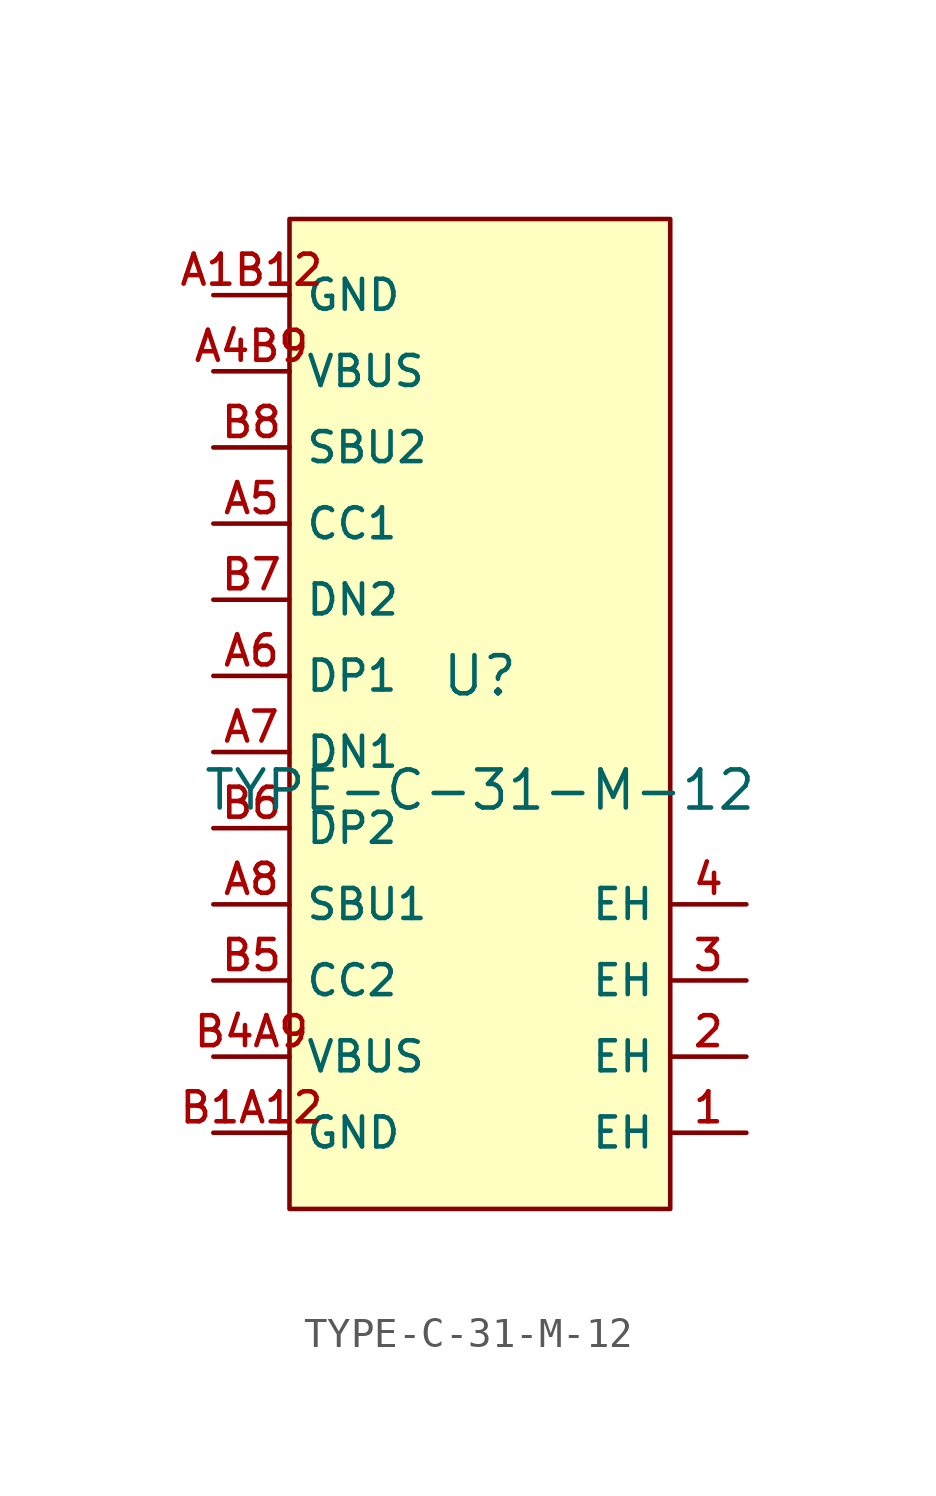
<source format=kicad_sym>
(kicad_symbol_lib
  (version 20241209)
  (generator "kicad_symbol_editor")
  (generator_version "9.0")
  (symbol "TYPE-C-31-M-12"
    (property "Reference" "U"
      (at 0 1.27 0)
      (effects (font (size 1.27 1.27))))
    (property "Value" "TYPE-C-31-M-12"
      (at 0 -2.54 0)
      (effects (font (size 1.27 1.27))))
    (symbol "TYPE-C-31-M-12_0_1"
      (rectangle (start -6.35 16.51) (end 6.35 -16.51) (stroke (width 0) (type default)) (fill (type background)))
      (pin unspecified line (at -8.89 13.97 0) (length 2.54) (name "GND" (effects (font (size 1 1)))) (number "A1B12" (effects (font (size 1 1)))))
      (pin unspecified line (at -8.89 11.43 0) (length 2.54) (name "VBUS" (effects (font (size 1 1)))) (number "A4B9" (effects (font (size 1 1)))))
      (pin unspecified line (at -8.89 8.89 0) (length 2.54) (name "SBU2" (effects (font (size 1 1)))) (number "B8" (effects (font (size 1 1)))))
      (pin unspecified line (at -8.89 6.35 0) (length 2.54) (name "CC1" (effects (font (size 1 1)))) (number "A5" (effects (font (size 1 1)))))
      (pin unspecified line (at -8.89 3.81 0) (length 2.54) (name "DN2" (effects (font (size 1 1)))) (number "B7" (effects (font (size 1 1)))))
      (pin unspecified line (at -8.89 1.27 0) (length 2.54) (name "DP1" (effects (font (size 1 1)))) (number "A6" (effects (font (size 1 1)))))
      (pin unspecified line (at -8.89 -1.27 0) (length 2.54) (name "DN1" (effects (font (size 1 1)))) (number "A7" (effects (font (size 1 1)))))
      (pin unspecified line (at -8.89 -3.81 0) (length 2.54) (name "DP2" (effects (font (size 1 1)))) (number "B6" (effects (font (size 1 1)))))
      (pin unspecified line (at -8.89 -6.35 0) (length 2.54) (name "SBU1" (effects (font (size 1 1)))) (number "A8" (effects (font (size 1 1)))))
      (pin unspecified line (at -8.89 -8.89 0) (length 2.54) (name "CC2" (effects (font (size 1 1)))) (number "B5" (effects (font (size 1 1)))))
      (pin unspecified line (at -8.89 -11.43 0) (length 2.54) (name "VBUS" (effects (font (size 1 1)))) (number "B4A9" (effects (font (size 1 1)))))
      (pin unspecified line (at -8.89 -13.97 0) (length 2.54) (name "GND" (effects (font (size 1 1)))) (number "B1A12" (effects (font (size 1 1)))))
      (pin unspecified line (at 8.89 -6.35 180) (length 2.54) (name "EH" (effects (font (size 1 1)))) (number "4" (effects (font (size 1 1)))))
      (pin unspecified line (at 8.89 -8.89 180) (length 2.54) (name "EH" (effects (font (size 1 1)))) (number "3" (effects (font (size 1 1)))))
      (pin unspecified line (at 8.89 -11.43 180) (length 2.54) (name "EH" (effects (font (size 1 1)))) (number "2" (effects (font (size 1 1)))))
      (pin unspecified line (at 8.89 -13.97 180) (length 2.54) (name "EH" (effects (font (size 1 1)))) (number "1" (effects (font (size 1 1))))))))
</source>
